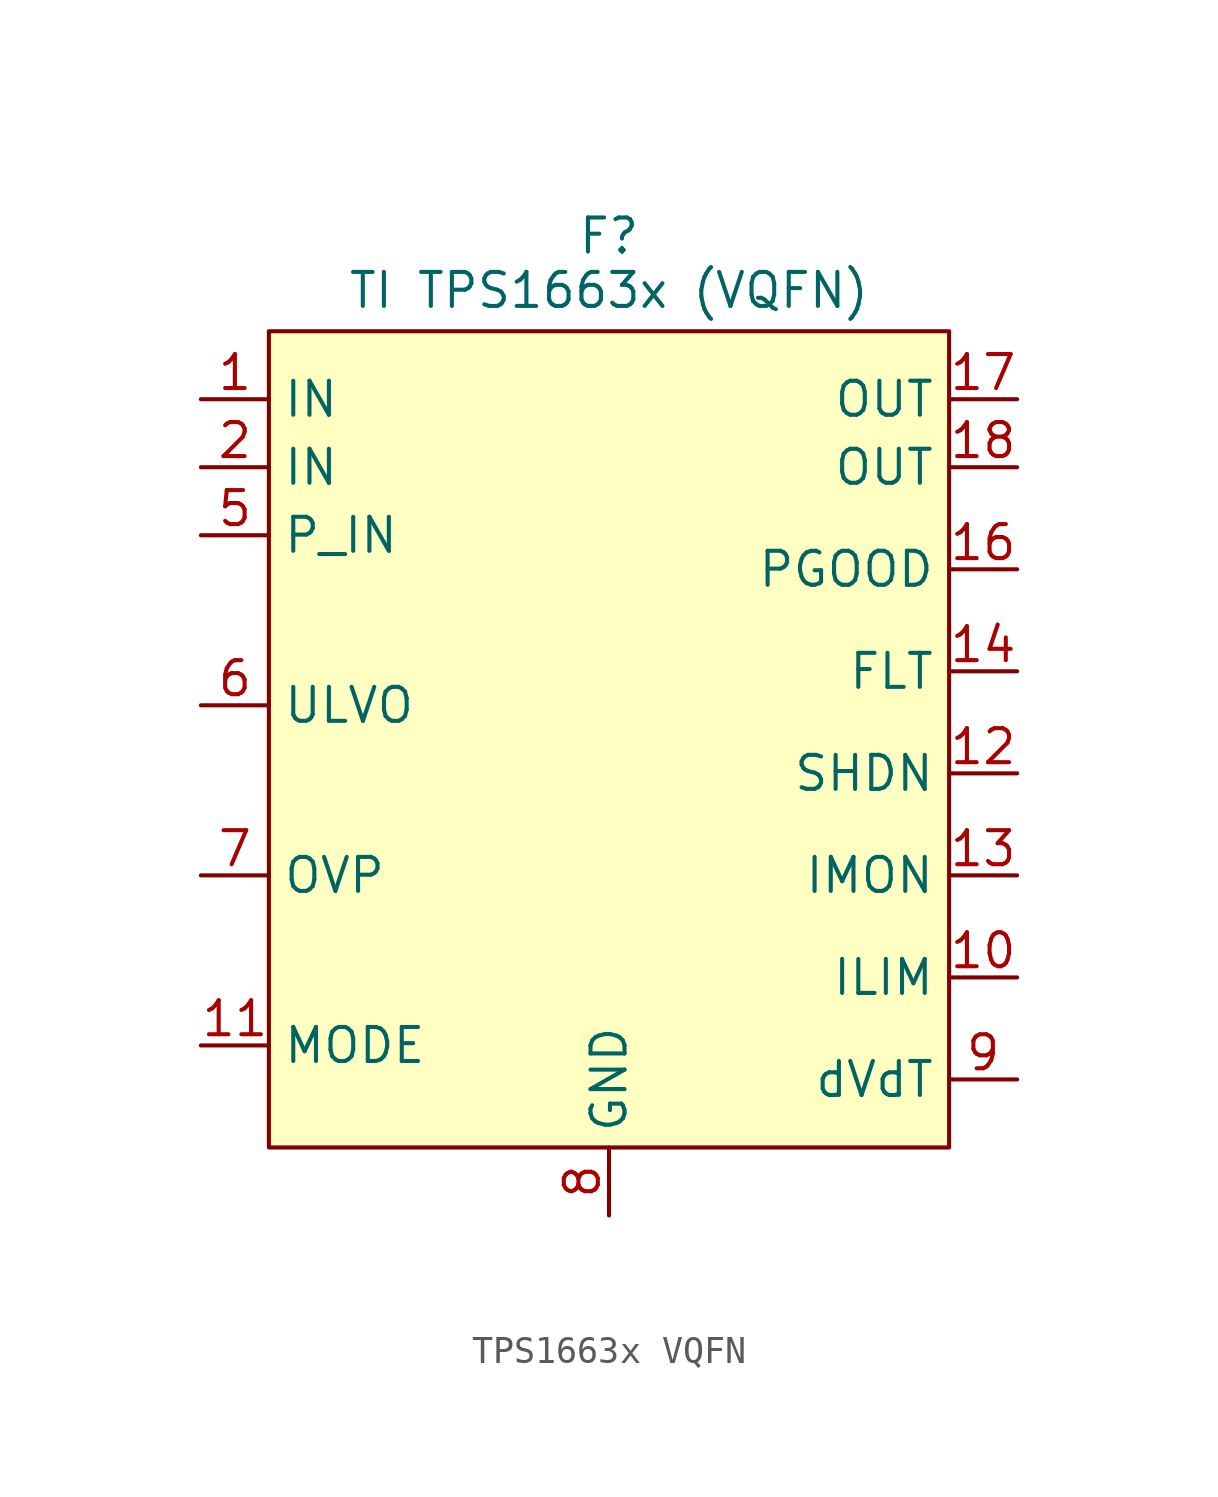
<source format=kicad_sym>
(kicad_symbol_lib
  (version 20241209)
  (generator "kicad_symbol_editor")
  (generator_version "9.0")
  (symbol "TPS1663x VQFN"
    (property "Reference" "F"
      (at 0 21.336 0)
      (effects (font (size 1.27 1.27))))
    (property "Value" "TI TPS1663x (VQFN)"
      (at 0 19.304 0)
      (effects (font (size 1.27 1.27))))
    (symbol "TPS1663x VQFN_0_1"
      (rectangle (start -12.7 17.78) (end 12.7 -12.7) (stroke (width 0) (type default)) (fill (type background))))
    (symbol "TPS1663x VQFN_1_1"
      (pin power_in line (at -15.24 15.24 0) (length 2.54) (name "IN" (effects (font (size 1.27 1.27)))) (number "1" (effects (font (size 1.27 1.27)))))
      (pin power_in line (at -15.24 12.7 0) (length 2.54) (name "IN" (effects (font (size 1.27 1.27)))) (number "2" (effects (font (size 1.27 1.27)))))
      (pin power_in line (at -15.24 10.16 0) (length 2.54) (name "P_IN" (effects (font (size 1.27 1.27)))) (number "5" (effects (font (size 1.27 1.27)))))
      (pin input line (at -15.24 3.81 0) (length 2.54) (name "ULVO" (effects (font (size 1.27 1.27)))) (number "6" (effects (font (size 1.27 1.27)))))
      (pin input line (at -15.24 -2.54 0) (length 2.54) (name "OVP" (effects (font (size 1.27 1.27)))) (number "7" (effects (font (size 1.27 1.27)))))
      (pin input line (at -15.24 -8.89 0) (length 2.54) (name "MODE" (effects (font (size 1.27 1.27)))) (number "11" (effects (font (size 1.27 1.27)))))
      (pin power_out line (at 0 -15.24 90) (length 2.54) (name "GND" (effects (font (size 1.27 1.27)))) (number "8" (effects (font (size 1.27 1.27)))))
      (pin power_out line (at 15.24 15.24 180) (length 2.54) (name "OUT" (effects (font (size 1.27 1.27)))) (number "17" (effects (font (size 1.27 1.27)))))
      (pin power_out line (at 15.24 12.7 180) (length 2.54) (name "OUT" (effects (font (size 1.27 1.27)))) (number "18" (effects (font (size 1.27 1.27)))))
      (pin output line (at 15.24 8.89 180) (length 2.54) (name "PGOOD" (effects (font (size 1.27 1.27)))) (number "16" (effects (font (size 1.27 1.27)))))
      (pin output line (at 15.24 5.08 180) (length 2.54) (name "FLT" (effects (font (size 1.27 1.27)))) (number "14" (effects (font (size 1.27 1.27)))))
      (pin input line (at 15.24 1.27 180) (length 2.54) (name "SHDN" (effects (font (size 1.27 1.27)))) (number "12" (effects (font (size 1.27 1.27)))))
      (pin output line (at 15.24 -2.54 180) (length 2.54) (name "IMON" (effects (font (size 1.27 1.27)))) (number "13" (effects (font (size 1.27 1.27)))))
      (pin bidirectional line (at 15.24 -6.35 180) (length 2.54) (name "ILIM" (effects (font (size 1.27 1.27)))) (number "10" (effects (font (size 1.27 1.27)))))
      (pin bidirectional line (at 15.24 -10.16 180) (length 2.54) (name "dVdT" (effects (font (size 1.27 1.27)))) (number "9" (effects (font (size 1.27 1.27))))))))
</source>
